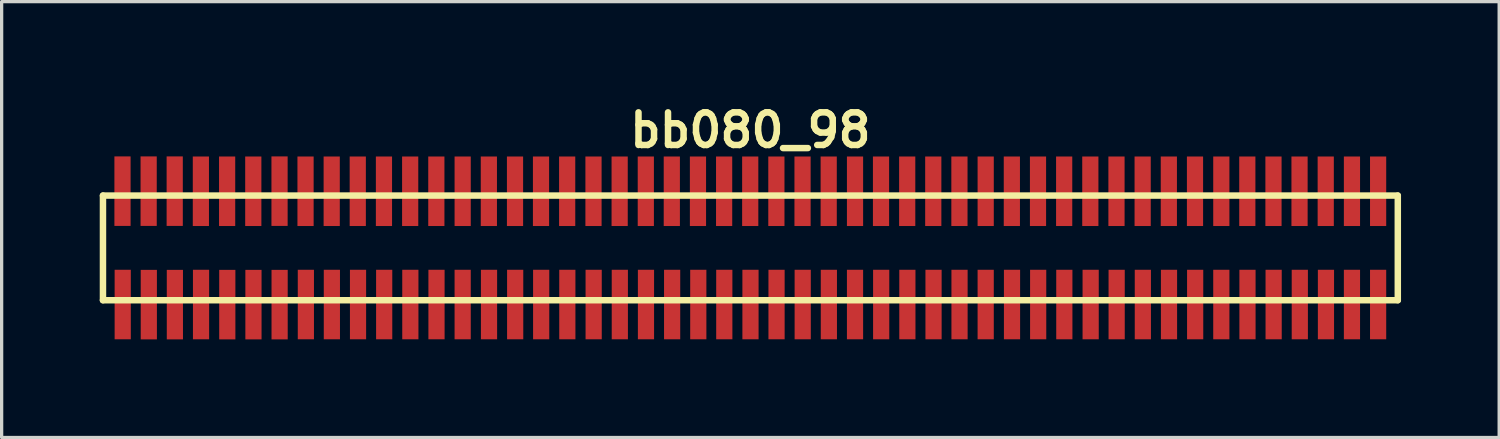
<source format=kicad_pcb>
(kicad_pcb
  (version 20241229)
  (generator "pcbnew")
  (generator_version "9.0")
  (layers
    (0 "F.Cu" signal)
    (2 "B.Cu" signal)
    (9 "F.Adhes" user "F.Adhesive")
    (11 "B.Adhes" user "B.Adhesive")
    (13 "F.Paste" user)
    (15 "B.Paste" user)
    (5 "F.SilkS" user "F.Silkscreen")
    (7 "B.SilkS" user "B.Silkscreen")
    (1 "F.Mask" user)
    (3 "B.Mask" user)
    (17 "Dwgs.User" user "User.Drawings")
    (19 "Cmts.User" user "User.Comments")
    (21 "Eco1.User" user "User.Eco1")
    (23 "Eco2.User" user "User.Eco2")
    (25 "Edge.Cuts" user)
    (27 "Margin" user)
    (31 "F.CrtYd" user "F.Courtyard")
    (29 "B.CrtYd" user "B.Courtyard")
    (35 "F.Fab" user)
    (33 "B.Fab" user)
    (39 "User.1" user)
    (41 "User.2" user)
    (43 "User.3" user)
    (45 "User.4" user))
  (footprint "bb080_98"
    (layer "F.Cu")
    (at 19.898 4.531)
    (property "Reference" "bb080_98" (at 0 -3.599 0) (layer "F.SilkS") (effects (font (size 0.998 0.998) (thickness 0.198))))
    (attr smd)
    (fp_line (start -19.799 -1.6) (end -19.799 1.6) (stroke (width 0.198) (type solid)) (layer "F.SilkS"))
    (fp_line (start -19.799 1.6) (end 19.799 1.6) (stroke (width 0.198) (type solid)) (layer "F.SilkS"))
    (fp_line (start 19.799 -1.6) (end -19.799 -1.6) (stroke (width 0.198) (type solid)) (layer "F.SilkS"))
    (fp_line (start 19.799 1.6) (end 19.799 -1.6) (stroke (width 0.198) (type solid)) (layer "F.SilkS"))
    (pad "1" smd rect (at -19.195 1.732) (size 0.495 2.126) (layers "F.Cu" "F.Mask" "F.Paste"))
    (pad "2" smd rect (at -19.202 -1.735) (size 0.495 2.126) (layers "F.Cu" "F.Mask" "F.Paste"))
    (pad "3" smd rect (at -18.397 1.735) (size 0.495 2.126) (layers "F.Cu" "F.Mask" "F.Paste"))
    (pad "4" smd rect (at -18.402 -1.735) (size 0.495 2.126) (layers "F.Cu" "F.Mask" "F.Paste"))
    (pad "5" smd rect (at -17.6 1.735) (size 0.495 2.126) (layers "F.Cu" "F.Mask" "F.Paste"))
    (pad "6" smd rect (at -17.605 -1.735) (size 0.495 2.126) (layers "F.Cu" "F.Mask" "F.Paste"))
    (pad "7" smd rect (at -16.8 1.732) (size 0.495 2.126) (layers "F.Cu" "F.Mask" "F.Paste"))
    (pad "8" smd rect (at -16.805 -1.732) (size 0.495 2.126) (layers "F.Cu" "F.Mask" "F.Paste"))
    (pad "9" smd rect (at -15.997 1.735) (size 0.495 2.126) (layers "F.Cu" "F.Mask" "F.Paste"))
    (pad "10" smd rect (at -16.002 -1.732) (size 0.495 2.126) (layers "F.Cu" "F.Mask" "F.Paste"))
    (pad "11" smd rect (at -15.197 1.735) (size 0.495 2.126) (layers "F.Cu" "F.Mask" "F.Paste"))
    (pad "12" smd rect (at -15.202 -1.732) (size 0.495 2.126) (layers "F.Cu" "F.Mask" "F.Paste"))
    (pad "13" smd rect (at -14.397 1.735) (size 0.495 2.126) (layers "F.Cu" "F.Mask" "F.Paste"))
    (pad "14" smd rect (at -14.399 -1.735) (size 0.495 2.126) (layers "F.Cu" "F.Mask" "F.Paste"))
    (pad "15" smd rect (at -13.594 1.732) (size 0.495 2.126) (layers "F.Cu" "F.Mask" "F.Paste"))
    (pad "16" smd rect (at -13.604 -1.732) (size 0.495 2.126) (layers "F.Cu" "F.Mask" "F.Paste"))
    (pad "17" smd rect (at -12.799 1.732) (size 0.495 2.126) (layers "F.Cu" "F.Mask" "F.Paste"))
    (pad "18" smd rect (at -12.804 -1.732) (size 0.495 2.126) (layers "F.Cu" "F.Mask" "F.Paste"))
    (pad "19" smd rect (at -11.999 1.732) (size 0.495 2.126) (layers "F.Cu" "F.Mask" "F.Paste"))
    (pad "20" smd rect (at -12.007 -1.732) (size 0.495 2.126) (layers "F.Cu" "F.Mask" "F.Paste"))
    (pad "21" smd rect (at -11.199 1.732) (size 0.495 2.126) (layers "F.Cu" "F.Mask" "F.Paste"))
    (pad "22" smd rect (at -11.206 -1.732) (size 0.495 2.126) (layers "F.Cu" "F.Mask" "F.Paste"))
    (pad "23" smd rect (at -10.399 1.732) (size 0.495 2.126) (layers "F.Cu" "F.Mask" "F.Paste"))
    (pad "24" smd rect (at -10.404 -1.732) (size 0.495 2.126) (layers "F.Cu" "F.Mask" "F.Paste"))
    (pad "25" smd rect (at -9.599 1.732) (size 0.495 2.126) (layers "F.Cu" "F.Mask" "F.Paste"))
    (pad "26" smd rect (at -9.604 -1.732) (size 0.495 2.126) (layers "F.Cu" "F.Mask" "F.Paste"))
    (pad "27" smd rect (at -8.799 1.732) (size 0.495 2.126) (layers "F.Cu" "F.Mask" "F.Paste"))
    (pad "28" smd rect (at -8.799 -1.732) (size 0.495 2.126) (layers "F.Cu" "F.Mask" "F.Paste"))
    (pad "29" smd rect (at -7.993 1.732) (size 0.495 2.126) (layers "F.Cu" "F.Mask" "F.Paste"))
    (pad "30" smd rect (at -7.998 -1.732) (size 0.495 2.126) (layers "F.Cu" "F.Mask" "F.Paste"))
    (pad "31" smd rect (at -7.193 1.732) (size 0.495 2.126) (layers "F.Cu" "F.Mask" "F.Paste"))
    (pad "32" smd rect (at -7.198 -1.732) (size 0.495 2.126) (layers "F.Cu" "F.Mask" "F.Paste"))
    (pad "33" smd rect (at -6.398 1.732) (size 0.495 2.126) (layers "F.Cu" "F.Mask" "F.Paste"))
    (pad "34" smd rect (at -6.403 -1.732) (size 0.495 2.126) (layers "F.Cu" "F.Mask" "F.Paste"))
    (pad "35" smd rect (at -5.598 1.732) (size 0.495 2.126) (layers "F.Cu" "F.Mask" "F.Paste"))
    (pad "36" smd rect (at -5.603 -1.732) (size 0.495 2.126) (layers "F.Cu" "F.Mask" "F.Paste"))
    (pad "37" smd rect (at -4.793 1.732) (size 0.495 2.126) (layers "F.Cu" "F.Mask" "F.Paste"))
    (pad "38" smd rect (at -4.798 -1.732) (size 0.495 2.126) (layers "F.Cu" "F.Mask" "F.Paste"))
    (pad "39" smd rect (at -3.993 1.732) (size 0.495 2.126) (layers "F.Cu" "F.Mask" "F.Paste"))
    (pad "40" smd rect (at -3.998 -1.732) (size 0.495 2.126) (layers "F.Cu" "F.Mask" "F.Paste"))
    (pad "41" smd rect (at -3.193 1.732) (size 0.495 2.126) (layers "F.Cu" "F.Mask" "F.Paste"))
    (pad "42" smd rect (at -3.198 -1.732) (size 0.495 2.126) (layers "F.Cu" "F.Mask" "F.Paste"))
    (pad "43" smd rect (at -2.393 1.732) (size 0.495 2.126) (layers "F.Cu" "F.Mask" "F.Paste"))
    (pad "44" smd rect (at -2.403 -1.732) (size 0.495 2.126) (layers "F.Cu" "F.Mask" "F.Paste"))
    (pad "45" smd rect (at -1.593 1.732) (size 0.495 2.126) (layers "F.Cu" "F.Mask" "F.Paste"))
    (pad "46" smd rect (at -1.603 -1.732) (size 0.495 2.126) (layers "F.Cu" "F.Mask" "F.Paste"))
    (pad "47" smd rect (at -0.798 1.732) (size 0.495 2.126) (layers "F.Cu" "F.Mask" "F.Paste"))
    (pad "48" smd rect (at -0.803 -1.732) (size 0.495 2.126) (layers "F.Cu" "F.Mask" "F.Paste"))
    (pad "49" smd rect (at 0.003 1.732) (size 0.495 2.126) (layers "F.Cu" "F.Mask" "F.Paste"))
    (pad "50" smd rect (at -0.005 -1.732) (size 0.495 2.126) (layers "F.Cu" "F.Mask" "F.Paste"))
    (pad "51" smd rect (at 0.8 1.732) (size 0.495 2.126) (layers "F.Cu" "F.Mask" "F.Paste"))
    (pad "52" smd rect (at 0.795 -1.732) (size 0.495 2.126) (layers "F.Cu" "F.Mask" "F.Paste"))
    (pad "53" smd rect (at 1.6 1.732) (size 0.495 2.126) (layers "F.Cu" "F.Mask" "F.Paste"))
    (pad "54" smd rect (at 1.595 -1.732) (size 0.495 2.126) (layers "F.Cu" "F.Mask" "F.Paste"))
    (pad "55" smd rect (at 2.4 1.732) (size 0.495 2.126) (layers "F.Cu" "F.Mask" "F.Paste"))
    (pad "56" smd rect (at 2.395 -1.732) (size 0.495 2.126) (layers "F.Cu" "F.Mask" "F.Paste"))
    (pad "57" smd rect (at 3.2 1.732) (size 0.495 2.126) (layers "F.Cu" "F.Mask" "F.Paste"))
    (pad "58" smd rect (at 3.2 -1.732) (size 0.495 2.126) (layers "F.Cu" "F.Mask" "F.Paste"))
    (pad "59" smd rect (at 4 1.732) (size 0.495 2.126) (layers "F.Cu" "F.Mask" "F.Paste"))
    (pad "60" smd rect (at 3.995 -1.732) (size 0.495 2.126) (layers "F.Cu" "F.Mask" "F.Paste"))
    (pad "61" smd rect (at 4.801 1.732) (size 0.495 2.126) (layers "F.Cu" "F.Mask" "F.Paste"))
    (pad "62" smd rect (at 4.796 -1.732) (size 0.495 2.126) (layers "F.Cu" "F.Mask" "F.Paste"))
    (pad "63" smd rect (at 5.601 1.732) (size 0.495 2.126) (layers "F.Cu" "F.Mask" "F.Paste"))
    (pad "64" smd rect (at 5.593 -1.732) (size 0.495 2.126) (layers "F.Cu" "F.Mask" "F.Paste"))
    (pad "65" smd rect (at 6.396 1.732) (size 0.495 2.126) (layers "F.Cu" "F.Mask" "F.Paste"))
    (pad "66" smd rect (at 6.393 -1.732) (size 0.495 2.126) (layers "F.Cu" "F.Mask" "F.Paste"))
    (pad "67" smd rect (at 7.196 1.732) (size 0.495 2.126) (layers "F.Cu" "F.Mask" "F.Paste"))
    (pad "68" smd rect (at 7.196 -1.732) (size 0.495 2.126) (layers "F.Cu" "F.Mask" "F.Paste"))
    (pad "69" smd rect (at 8.001 1.732) (size 0.495 2.126) (layers "F.Cu" "F.Mask" "F.Paste"))
    (pad "70" smd rect (at 7.996 -1.732) (size 0.495 2.126) (layers "F.Cu" "F.Mask" "F.Paste"))
    (pad "71" smd rect (at 8.801 1.732) (size 0.495 2.126) (layers "F.Cu" "F.Mask" "F.Paste"))
    (pad "72" smd rect (at 8.796 -1.732) (size 0.495 2.126) (layers "F.Cu" "F.Mask" "F.Paste"))
    (pad "73" smd rect (at 9.601 1.732) (size 0.495 2.126) (layers "F.Cu" "F.Mask" "F.Paste"))
    (pad "74" smd rect (at 9.596 -1.732) (size 0.495 2.126) (layers "F.Cu" "F.Mask" "F.Paste"))
    (pad "75" smd rect (at 10.406 1.732) (size 0.495 2.126) (layers "F.Cu" "F.Mask" "F.Paste"))
    (pad "76" smd rect (at 10.396 -1.732) (size 0.495 2.126) (layers "F.Cu" "F.Mask" "F.Paste"))
    (pad "77" smd rect (at 11.201 1.732) (size 0.495 2.126) (layers "F.Cu" "F.Mask" "F.Paste"))
    (pad "78" smd rect (at 11.196 -1.732) (size 0.495 2.126) (layers "F.Cu" "F.Mask" "F.Paste"))
    (pad "79" smd rect (at 12.002 1.732) (size 0.495 2.126) (layers "F.Cu" "F.Mask" "F.Paste"))
    (pad "80" smd rect (at 11.996 -1.732) (size 0.495 2.126) (layers "F.Cu" "F.Mask" "F.Paste"))
    (pad "81" smd rect (at 12.802 1.732) (size 0.495 2.126) (layers "F.Cu" "F.Mask" "F.Paste"))
    (pad "82" smd rect (at 12.797 -1.732) (size 0.495 2.126) (layers "F.Cu" "F.Mask" "F.Paste"))
    (pad "83" smd rect (at 13.602 1.732) (size 0.495 2.126) (layers "F.Cu" "F.Mask" "F.Paste"))
    (pad "84" smd rect (at 13.597 -1.732) (size 0.495 2.126) (layers "F.Cu" "F.Mask" "F.Paste"))
    (pad "85" smd rect (at 14.402 1.732) (size 0.495 2.126) (layers "F.Cu" "F.Mask" "F.Paste"))
    (pad "86" smd rect (at 14.402 -1.732) (size 0.495 2.126) (layers "F.Cu" "F.Mask" "F.Paste"))
    (pad "87" smd rect (at 15.202 1.732) (size 0.495 2.126) (layers "F.Cu" "F.Mask" "F.Paste"))
    (pad "88" smd rect (at 15.197 -1.732) (size 0.495 2.126) (layers "F.Cu" "F.Mask" "F.Paste"))
    (pad "89" smd rect (at 16.002 1.732) (size 0.495 2.126) (layers "F.Cu" "F.Mask" "F.Paste"))
    (pad "90" smd rect (at 15.997 -1.732) (size 0.495 2.126) (layers "F.Cu" "F.Mask" "F.Paste"))
    (pad "91" smd rect (at 16.802 1.732) (size 0.495 2.126) (layers "F.Cu" "F.Mask" "F.Paste"))
    (pad "92" smd rect (at 16.794 -1.732) (size 0.495 2.126) (layers "F.Cu" "F.Mask" "F.Paste"))
    (pad "93" smd rect (at 17.602 1.732) (size 0.495 2.126) (layers "F.Cu" "F.Mask" "F.Paste"))
    (pad "94" smd rect (at 17.595 -1.732) (size 0.495 2.126) (layers "F.Cu" "F.Mask" "F.Paste"))
    (pad "95" smd rect (at 18.397 1.732) (size 0.495 2.126) (layers "F.Cu" "F.Mask" "F.Paste"))
    (pad "96" smd rect (at 18.397 -1.732) (size 0.495 2.126) (layers "F.Cu" "F.Mask" "F.Paste"))
    (pad "97" smd rect (at 19.197 1.732) (size 0.495 2.126) (layers "F.Cu" "F.Mask" "F.Paste"))
    (pad "98" smd rect (at 19.197 -1.732) (size 0.495 2.126) (layers "F.Cu" "F.Mask" "F.Paste")))
  (gr_rect
    (start -3 -3)
    (end 42.797 10.329)
    (stroke (width 0.1) (type default))
    (fill no)
    (layer "Edge.Cuts")))
</source>
